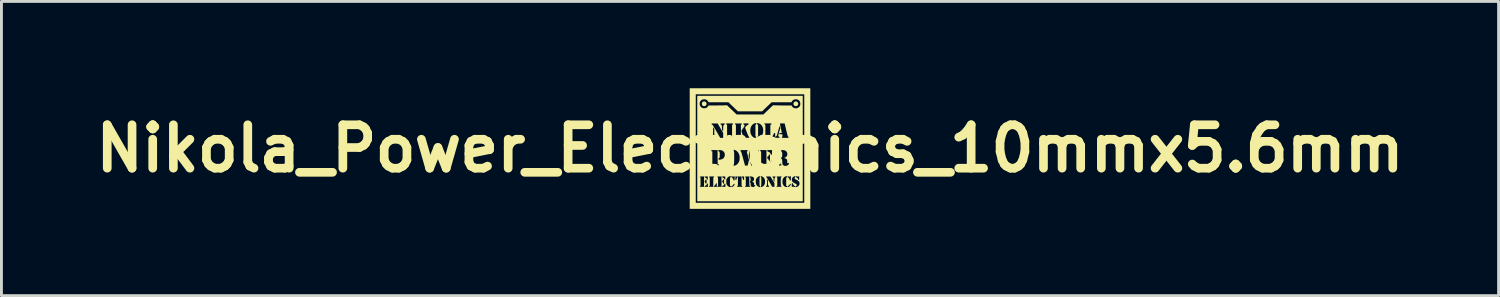
<source format=kicad_pcb>
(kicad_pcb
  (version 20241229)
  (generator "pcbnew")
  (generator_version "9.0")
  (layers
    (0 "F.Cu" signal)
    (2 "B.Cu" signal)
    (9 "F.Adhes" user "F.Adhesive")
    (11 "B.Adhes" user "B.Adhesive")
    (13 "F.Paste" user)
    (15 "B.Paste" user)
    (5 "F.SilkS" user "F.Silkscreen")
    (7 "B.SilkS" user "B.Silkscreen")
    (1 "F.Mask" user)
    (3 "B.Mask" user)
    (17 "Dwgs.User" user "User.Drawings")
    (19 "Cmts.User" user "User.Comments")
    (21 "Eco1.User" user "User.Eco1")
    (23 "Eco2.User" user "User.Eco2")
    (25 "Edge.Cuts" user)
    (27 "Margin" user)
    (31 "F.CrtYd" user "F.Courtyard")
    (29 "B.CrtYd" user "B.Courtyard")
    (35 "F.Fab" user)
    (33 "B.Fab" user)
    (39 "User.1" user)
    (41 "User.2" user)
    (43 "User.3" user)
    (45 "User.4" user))
  (footprint "Nikola_Power_Electronics_10mmx5.6mm"
    (layer "F.Cu")
    (at 22.871 2.084)
    (property "Reference" "Nikola_Power_Electronics_10mmx5.6mm" (at 0 0 0) (layer "F.SilkS") (effects (font (size 1.5 1.5) (thickness 0.3))))
    (attr board_only exclude_from_pos_files exclude_from_bom)
    (fp_poly (pts (xy 2.084 0) (xy 2.084 2.084) (xy 0 2.084) (xy -2.084 2.084) (xy -2.084 0) (xy -2.084 -1.875) (xy -1.875 -1.875) (xy -1.875 0) (xy -1.875 1.875) (xy 0 1.875) (xy 1.875 1.875) (xy 1.875 0) (xy 1.875 -1.875) (xy 0 -1.875) (xy -1.875 -1.875) (xy -2.084 -1.875) (xy -2.084 -2.084) (xy 0 -2.084) (xy 2.084 -2.084)) (stroke (width 0) (type solid)) (fill yes) (layer "F.SilkS"))
    (fp_poly (pts (xy -1.557 -1.625) (xy -1.535 -1.613) (xy -1.517 -1.595) (xy -1.505 -1.571) (xy -1.502 -1.556) (xy -1.503 -1.529) (xy -1.513 -1.505) (xy -1.53 -1.486) (xy -1.551 -1.472) (xy -1.575 -1.465) (xy -1.601 -1.466) (xy -1.619 -1.472) (xy -1.642 -1.489) (xy -1.658 -1.511) (xy -1.665 -1.536) (xy -1.664 -1.562) (xy -1.655 -1.587) (xy -1.638 -1.609) (xy -1.632 -1.613) (xy -1.608 -1.626) (xy -1.583 -1.629)) (stroke (width 0) (type solid)) (fill yes) (layer "F.SilkS"))
    (fp_poly (pts (xy 1.61 -1.625) (xy 1.632 -1.613) (xy 1.651 -1.595) (xy 1.662 -1.571) (xy 1.666 -1.556) (xy 1.664 -1.529) (xy 1.654 -1.505) (xy 1.637 -1.486) (xy 1.616 -1.472) (xy 1.592 -1.465) (xy 1.566 -1.466) (xy 1.548 -1.472) (xy 1.525 -1.489) (xy 1.51 -1.511) (xy 1.502 -1.536) (xy 1.503 -1.562) (xy 1.512 -1.587) (xy 1.53 -1.609) (xy 1.535 -1.613) (xy 1.559 -1.626) (xy 1.585 -1.629)) (stroke (width 0) (type solid)) (fill yes) (layer "F.SilkS"))
    (fp_poly (pts (xy 1.823 0) (xy 1.823 1.823) (xy 0 1.823) (xy -1.823 1.823) (xy -1.823 1.31) (xy -1.735 1.31) (xy -1.731 1.32) (xy -1.725 1.321) (xy -1.71 1.322) (xy -1.689 1.323) (xy -1.664 1.323) (xy -1.658 1.323) (xy -1.589 1.323) (xy -1.568 1.323) (xy -1.51 1.323) (xy -1.453 1.323) (xy -1.453 1.31) (xy -1.417 1.31) (xy -1.413 1.32) (xy -1.407 1.321) (xy -1.393 1.322) (xy -1.372 1.323) (xy -1.346 1.323) (xy -1.341 1.323) (xy -1.271 1.323) (xy -1.25 1.323) (xy -1.198 1.323) (xy -1.146 1.323) (xy -1.146 1.31) (xy -1.131 1.31) (xy -1.127 1.32) (xy -1.121 1.321) (xy -1.106 1.322) (xy -1.085 1.323) (xy -1.06 1.323) (xy -1.054 1.323) (xy -0.985 1.323) (xy -0.964 1.323) (xy -0.906 1.323) (xy -0.849 1.323) (xy -0.85 1.267) (xy -0.851 1.242) (xy -0.852 1.226) (xy -0.854 1.217) (xy -0.857 1.212) (xy -0.861 1.21) (xy -0.863 1.209) (xy -0.872 1.21) (xy -0.878 1.217) (xy -0.885 1.23) (xy -0.898 1.252) (xy -0.916 1.271) (xy -0.935 1.285) (xy -0.948 1.289) (xy -0.959 1.293) (xy -0.963 1.301) (xy -0.964 1.308) (xy -0.964 1.323) (xy -0.985 1.323) (xy -0.985 1.143) (xy -0.964 1.143) (xy -0.958 1.158) (xy -0.951 1.164) (xy -0.94 1.175) (xy -0.933 1.192) (xy -0.932 1.193) (xy -0.928 1.207) (xy -0.921 1.213) (xy -0.915 1.214) (xy -0.903 1.21) (xy -0.899 1.202) (xy -0.898 1.191) (xy -0.897 1.173) (xy -0.896 1.151) (xy -0.896 1.147) (xy -0.82 1.147) (xy -0.82 1.174) (xy -0.82 1.194) (xy -0.818 1.208) (xy -0.815 1.22) (xy -0.81 1.232) (xy -0.803 1.247) (xy -0.802 1.248) (xy -0.782 1.279) (xy -0.759 1.303) (xy -0.73 1.319) (xy -0.718 1.324) (xy -0.694 1.331) (xy -0.677 1.332) (xy -0.667 1.327) (xy -0.663 1.316) (xy -0.663 1.316) (xy -0.646 1.316) (xy -0.645 1.328) (xy -0.642 1.332) (xy -0.632 1.331) (xy -0.629 1.331) (xy -0.614 1.326) (xy -0.596 1.318) (xy -0.59 1.315) (xy -0.581 1.308) (xy -0.448 1.308) (xy -0.446 1.315) (xy -0.444 1.318) (xy -0.438 1.32) (xy -0.427 1.322) (xy -0.411 1.322) (xy -0.387 1.322) (xy -0.354 1.322) (xy -0.353 1.322) (xy -0.32 1.321) (xy -0.297 1.321) (xy -0.281 1.32) (xy -0.271 1.318) (xy -0.266 1.316) (xy -0.263 1.313) (xy -0.263 1.31) (xy -0.172 1.31) (xy -0.168 1.32) (xy -0.162 1.321) (xy -0.148 1.322) (xy -0.126 1.323) (xy -0.1 1.323) (xy -0.08 1.323) (xy -0.049 1.323) (xy -0.026 1.323) (xy -0.01 1.322) (xy -0.000357 1.32) (xy 0.005 1.318) (xy 0.007 1.315) (xy 0.007 1.314) (xy 0.008 1.305) (xy 0.001 1.297) (xy -0.011 1.29) (xy -0.023 1.284) (xy -0.025 1.124) (xy -0.026 0.964) (xy -0.01 0.964) (xy -0.01 0.978) (xy -0.007 0.991) (xy 0.005 1.001) (xy 0.005 1.001) (xy 0.021 1.01) (xy 0.021 1.065) (xy 0.021 1.089) (xy 0.02 1.106) (xy 0.018 1.116) (xy 0.015 1.122) (xy 0.01 1.127) (xy 0.008 1.128) (xy -0.003 1.14) (xy -0.005 1.15) (xy -0.001 1.163) (xy 0.008 1.173) (xy 0.014 1.179) (xy 0.018 1.186) (xy 0.02 1.197) (xy 0.021 1.215) (xy 0.021 1.226) (xy 0.023 1.258) (xy 0.027 1.282) (xy 0.035 1.3) (xy 0.047 1.313) (xy 0.052 1.317) (xy 0.064 1.324) (xy 0.076 1.327) (xy 0.093 1.328) (xy 0.104 1.327) (xy 0.13 1.324) (xy 0.148 1.318) (xy 0.152 1.315) (xy 0.166 1.302) (xy 0.176 1.287) (xy 0.181 1.274) (xy 0.18 1.268) (xy 0.175 1.262) (xy 0.163 1.262) (xy 0.159 1.262) (xy 0.141 1.265) (xy 0.141 1.229) (xy 0.14 1.209) (xy 0.138 1.195) (xy 0.133 1.185) (xy 0.128 1.178) (xy 0.114 1.166) (xy 0.097 1.156) (xy 0.093 1.154) (xy 0.072 1.146) (xy 0.094 1.134) (xy 0.101 1.13) (xy 0.199 1.13) (xy 0.2 1.18) (xy 0.21 1.223) (xy 0.227 1.26) (xy 0.251 1.29) (xy 0.283 1.313) (xy 0.308 1.324) (xy 0.328 1.33) (xy 0.34 1.333) (xy 0.347 1.331) (xy 0.349 1.324) (xy 0.349 1.318) (xy 0.37 1.318) (xy 0.371 1.329) (xy 0.375 1.333) (xy 0.386 1.331) (xy 0.387 1.331) (xy 0.403 1.326) (xy 0.421 1.32) (xy 0.425 1.318) (xy 0.435 1.312) (xy 0.552 1.312) (xy 0.556 1.32) (xy 0.562 1.321) (xy 0.577 1.322) (xy 0.597 1.322) (xy 0.609 1.322) (xy 0.632 1.321) (xy 0.647 1.32) (xy 0.655 1.318) (xy 0.659 1.314) (xy 0.66 1.31) (xy 0.657 1.299) (xy 0.646 1.29) (xy 0.637 1.283) (xy 0.63 1.273) (xy 0.625 1.258) (xy 0.622 1.238) (xy 0.62 1.21) (xy 0.62 1.173) (xy 0.62 1.17) (xy 0.62 1.141) (xy 0.619 1.12) (xy 0.618 1.105) (xy 0.615 1.094) (xy 0.612 1.084) (xy 0.608 1.078) (xy 0.6 1.066) (xy 0.594 1.058) (xy 0.593 1.058) (xy 0.591 1.062) (xy 0.59 1.076) (xy 0.589 1.097) (xy 0.589 1.124) (xy 0.589 1.155) (xy 0.589 1.159) (xy 0.588 1.198) (xy 0.588 1.228) (xy 0.586 1.25) (xy 0.584 1.266) (xy 0.58 1.278) (xy 0.574 1.285) (xy 0.567 1.291) (xy 0.565 1.292) (xy 0.555 1.301) (xy 0.552 1.312) (xy 0.435 1.312) (xy 0.459 1.298) (xy 0.486 1.271) (xy 0.505 1.236) (xy 0.516 1.195) (xy 0.52 1.147) (xy 0.52 1.131) (xy 0.518 1.103) (xy 0.515 1.082) (xy 0.51 1.064) (xy 0.505 1.052) (xy 0.483 1.015) (xy 0.455 0.987) (xy 0.441 0.978) (xy 0.553 0.978) (xy 0.555 0.989) (xy 0.564 0.995) (xy 0.569 0.996) (xy 0.573 0.999) (xy 0.577 1.003) (xy 0.583 1.009) (xy 0.59 1.019) (xy 0.598 1.033) (xy 0.61 1.052) (xy 0.625 1.076) (xy 0.643 1.108) (xy 0.666 1.147) (xy 0.683 1.176) (xy 0.768 1.323) (xy 0.806 1.323) (xy 0.844 1.323) (xy 0.844 1.31) (xy 0.917 1.31) (xy 0.92 1.32) (xy 0.926 1.321) (xy 0.941 1.322) (xy 0.963 1.323) (xy 0.989 1.323) (xy 1.006 1.323) (xy 1.089 1.323) (xy 1.089 1.31) (xy 1.085 1.298) (xy 1.08 1.293) (xy 1.07 1.288) (xy 1.067 1.284) (xy 1.066 1.278) (xy 1.065 1.262) (xy 1.064 1.239) (xy 1.063 1.21) (xy 1.063 1.176) (xy 1.063 1.147) (xy 1.123 1.147) (xy 1.123 1.174) (xy 1.123 1.194) (xy 1.125 1.208) (xy 1.128 1.22) (xy 1.133 1.232) (xy 1.14 1.247) (xy 1.141 1.248) (xy 1.161 1.279) (xy 1.184 1.303) (xy 1.213 1.319) (xy 1.225 1.324) (xy 1.25 1.331) (xy 1.266 1.332) (xy 1.276 1.327) (xy 1.28 1.316) (xy 1.28 1.316) (xy 1.297 1.316) (xy 1.298 1.328) (xy 1.301 1.332) (xy 1.311 1.331) (xy 1.314 1.331) (xy 1.329 1.326) (xy 1.347 1.318) (xy 1.353 1.315) (xy 1.371 1.302) (xy 1.387 1.285) (xy 1.399 1.268) (xy 1.404 1.258) (xy 1.443 1.258) (xy 1.443 1.28) (xy 1.444 1.299) (xy 1.445 1.312) (xy 1.446 1.315) (xy 1.453 1.321) (xy 1.466 1.323) (xy 1.478 1.319) (xy 1.479 1.319) (xy 1.488 1.318) (xy 1.504 1.32) (xy 1.515 1.324) (xy 1.536 1.33) (xy 1.548 1.332) (xy 1.555 1.331) (xy 1.557 1.325) (xy 1.558 1.316) (xy 1.556 1.303) (xy 1.549 1.295) (xy 1.542 1.292) (xy 1.521 1.278) (xy 1.502 1.256) (xy 1.486 1.226) (xy 1.484 1.222) (xy 1.476 1.205) (xy 1.47 1.196) (xy 1.462 1.193) (xy 1.461 1.193) (xy 1.453 1.194) (xy 1.448 1.199) (xy 1.445 1.208) (xy 1.444 1.225) (xy 1.443 1.249) (xy 1.443 1.258) (xy 1.404 1.258) (xy 1.407 1.251) (xy 1.41 1.237) (xy 1.408 1.225) (xy 1.399 1.219) (xy 1.394 1.219) (xy 1.384 1.222) (xy 1.376 1.232) (xy 1.372 1.24) (xy 1.355 1.266) (xy 1.331 1.285) (xy 1.315 1.292) (xy 1.303 1.297) (xy 1.298 1.304) (xy 1.297 1.316) (xy 1.28 1.316) (xy 1.28 1.315) (xy 1.279 1.303) (xy 1.272 1.295) (xy 1.266 1.291) (xy 1.25 1.282) (xy 1.25 1.146) (xy 1.25 1.105) (xy 1.25 1.073) (xy 1.251 1.049) (xy 1.252 1.031) (xy 1.253 1.019) (xy 1.254 1.011) (xy 1.257 1.005) (xy 1.259 1.001) (xy 1.261 1) (xy 1.27 0.993) (xy 1.277 0.99) (xy 1.28 0.985) (xy 1.281 0.974) (xy 1.28 0.973) (xy 1.28 0.972) (xy 1.297 0.972) (xy 1.299 0.986) (xy 1.305 0.993) (xy 1.309 0.995) (xy 1.324 1.004) (xy 1.339 1.02) (xy 1.354 1.041) (xy 1.365 1.062) (xy 1.368 1.07) (xy 1.373 1.086) (xy 1.377 1.097) (xy 1.379 1.1) (xy 1.386 1.104) (xy 1.397 1.103) (xy 1.405 1.098) (xy 1.408 1.091) (xy 1.41 1.076) (xy 1.446 1.076) (xy 1.451 1.111) (xy 1.465 1.141) (xy 1.482 1.162) (xy 1.492 1.169) (xy 1.509 1.18) (xy 1.531 1.192) (xy 1.548 1.201) (xy 1.578 1.216) (xy 1.599 1.23) (xy 1.612 1.242) (xy 1.618 1.254) (xy 1.617 1.267) (xy 1.617 1.268) (xy 1.61 1.281) (xy 1.595 1.291) (xy 1.593 1.291) (xy 1.58 1.298) (xy 1.575 1.305) (xy 1.573 1.317) (xy 1.573 1.334) (xy 1.595 1.331) (xy 1.613 1.327) (xy 1.634 1.319) (xy 1.645 1.315) (xy 1.673 1.295) (xy 1.695 1.27) (xy 1.708 1.24) (xy 1.713 1.207) (xy 1.708 1.173) (xy 1.708 1.171) (xy 1.697 1.147) (xy 1.68 1.126) (xy 1.654 1.107) (xy 1.62 1.087) (xy 1.616 1.086) (xy 1.587 1.071) (xy 1.566 1.06) (xy 1.553 1.049) (xy 1.545 1.039) (xy 1.542 1.029) (xy 1.542 1.022) (xy 1.544 1.008) (xy 1.553 0.999) (xy 1.558 0.996) (xy 1.569 0.987) (xy 1.573 0.975) (xy 1.573 0.974) (xy 1.589 0.974) (xy 1.591 0.986) (xy 1.6 0.993) (xy 1.601 0.993) (xy 1.624 1.004) (xy 1.643 1.024) (xy 1.657 1.051) (xy 1.666 1.068) (xy 1.673 1.078) (xy 1.68 1.083) (xy 1.685 1.084) (xy 1.698 1.084) (xy 1.698 1.021) (xy 1.698 0.995) (xy 1.698 0.977) (xy 1.697 0.966) (xy 1.694 0.961) (xy 1.691 0.959) (xy 1.686 0.958) (xy 1.673 0.961) (xy 1.667 0.966) (xy 1.662 0.97) (xy 1.654 0.97) (xy 1.641 0.966) (xy 1.64 0.966) (xy 1.623 0.961) (xy 1.607 0.959) (xy 1.604 0.958) (xy 1.593 0.96) (xy 1.589 0.966) (xy 1.589 0.974) (xy 1.573 0.974) (xy 1.573 0.97) (xy 1.573 0.959) (xy 1.569 0.955) (xy 1.559 0.955) (xy 1.554 0.956) (xy 1.517 0.967) (xy 1.487 0.985) (xy 1.465 1.009) (xy 1.451 1.039) (xy 1.446 1.074) (xy 1.446 1.076) (xy 1.41 1.076) (xy 1.41 1.076) (xy 1.411 1.055) (xy 1.412 1.032) (xy 1.412 1.008) (xy 1.411 0.987) (xy 1.41 0.97) (xy 1.409 0.962) (xy 1.401 0.954) (xy 1.391 0.954) (xy 1.381 0.959) (xy 1.378 0.964) (xy 1.374 0.97) (xy 1.368 0.973) (xy 1.356 0.972) (xy 1.338 0.967) (xy 1.322 0.962) (xy 1.297 0.954) (xy 1.297 0.972) (xy 1.28 0.972) (xy 1.278 0.961) (xy 1.271 0.956) (xy 1.261 0.954) (xy 1.242 0.956) (xy 1.219 0.965) (xy 1.195 0.979) (xy 1.175 0.996) (xy 1.169 1.001) (xy 1.156 1.018) (xy 1.143 1.039) (xy 1.136 1.052) (xy 1.13 1.065) (xy 1.127 1.077) (xy 1.124 1.09) (xy 1.123 1.108) (xy 1.123 1.132) (xy 1.123 1.147) (xy 1.063 1.147) (xy 1.063 1.143) (xy 1.063 1.107) (xy 1.063 1.073) (xy 1.064 1.045) (xy 1.065 1.022) (xy 1.066 1.008) (xy 1.067 1.002) (xy 1.075 0.996) (xy 1.08 0.993) (xy 1.087 0.986) (xy 1.089 0.977) (xy 1.089 0.963) (xy 1.004 0.965) (xy 0.973 0.965) (xy 0.95 0.966) (xy 0.935 0.967) (xy 0.926 0.969) (xy 0.921 0.971) (xy 0.919 0.974) (xy 0.918 0.978) (xy 0.92 0.988) (xy 0.929 0.995) (xy 0.943 1) (xy 0.943 1.143) (xy 0.943 1.287) (xy 0.93 1.292) (xy 0.92 1.3) (xy 0.917 1.31) (xy 0.844 1.31) (xy 0.844 1.263) (xy 0.844 1.203) (xy 0.775 1.083) (xy 0.712 0.974) (xy 0.776 0.974) (xy 0.78 0.984) (xy 0.789 0.997) (xy 0.794 1.002) (xy 0.813 1.02) (xy 0.813 1.068) (xy 0.813 1.092) (xy 0.814 1.109) (xy 0.818 1.123) (xy 0.824 1.136) (xy 0.827 1.142) (xy 0.841 1.169) (xy 0.844 1.096) (xy 0.845 1.068) (xy 0.847 1.043) (xy 0.85 1.025) (xy 0.852 1.014) (xy 0.853 1.013) (xy 0.862 1.003) (xy 0.872 0.995) (xy 0.883 0.986) (xy 0.884 0.977) (xy 0.883 0.972) (xy 0.879 0.969) (xy 0.871 0.967) (xy 0.856 0.966) (xy 0.832 0.965) (xy 0.83 0.965) (xy 0.806 0.964) (xy 0.79 0.964) (xy 0.781 0.966) (xy 0.777 0.968) (xy 0.776 0.972) (xy 0.776 0.974) (xy 0.712 0.974) (xy 0.706 0.964) (xy 0.63 0.965) (xy 0.601 0.966) (xy 0.58 0.966) (xy 0.567 0.967) (xy 0.559 0.969) (xy 0.555 0.972) (xy 0.553 0.976) (xy 0.553 0.978) (xy 0.441 0.978) (xy 0.423 0.967) (xy 0.389 0.956) (xy 0.377 0.955) (xy 0.371 0.957) (xy 0.37 0.965) (xy 0.37 0.97) (xy 0.373 0.986) (xy 0.38 0.994) (xy 0.383 0.996) (xy 0.386 1) (xy 0.388 1.006) (xy 0.389 1.015) (xy 0.39 1.03) (xy 0.39 1.05) (xy 0.391 1.078) (xy 0.391 1.114) (xy 0.391 1.141) (xy 0.391 1.183) (xy 0.39 1.216) (xy 0.39 1.241) (xy 0.389 1.259) (xy 0.388 1.272) (xy 0.387 1.28) (xy 0.385 1.286) (xy 0.382 1.29) (xy 0.38 1.292) (xy 0.372 1.305) (xy 0.37 1.318) (xy 0.349 1.318) (xy 0.349 1.317) (xy 0.345 1.3) (xy 0.339 1.293) (xy 0.336 1.291) (xy 0.333 1.287) (xy 0.331 1.281) (xy 0.33 1.272) (xy 0.329 1.258) (xy 0.329 1.237) (xy 0.328 1.21) (xy 0.328 1.174) (xy 0.328 1.143) (xy 0.328 1.101) (xy 0.328 1.068) (xy 0.329 1.043) (xy 0.329 1.024) (xy 0.33 1.012) (xy 0.332 1.003) (xy 0.334 0.998) (xy 0.336 0.995) (xy 0.339 0.994) (xy 0.347 0.983) (xy 0.349 0.97) (xy 0.348 0.959) (xy 0.345 0.955) (xy 0.335 0.955) (xy 0.329 0.956) (xy 0.293 0.968) (xy 0.261 0.989) (xy 0.234 1.019) (xy 0.214 1.052) (xy 0.207 1.071) (xy 0.202 1.091) (xy 0.2 1.115) (xy 0.199 1.13) (xy 0.101 1.13) (xy 0.118 1.117) (xy 0.134 1.096) (xy 0.14 1.069) (xy 0.141 1.058) (xy 0.138 1.028) (xy 0.128 1.006) (xy 0.11 0.988) (xy 0.094 0.978) (xy 0.076 0.97) (xy 0.06 0.966) (xy 0.04 0.964) (xy 0.028 0.964) (xy -0.01 0.964) (xy -0.026 0.964) (xy -0.026 0.963) (xy -0.098 0.965) (xy -0.126 0.966) (xy -0.146 0.966) (xy -0.159 0.967) (xy -0.166 0.969) (xy -0.169 0.972) (xy -0.171 0.977) (xy -0.171 0.978) (xy -0.169 0.988) (xy -0.159 0.995) (xy -0.146 1) (xy -0.146 1.143) (xy -0.146 1.287) (xy -0.159 1.292) (xy -0.169 1.3) (xy -0.172 1.31) (xy -0.263 1.31) (xy -0.263 1.31) (xy -0.268 1.3) (xy -0.277 1.293) (xy -0.292 1.286) (xy -0.292 1.125) (xy -0.292 0.964) (xy -0.276 0.964) (xy -0.276 0.981) (xy -0.271 1) (xy -0.264 1.01) (xy -0.253 1.023) (xy -0.248 1.036) (xy -0.242 1.06) (xy -0.237 1.075) (xy -0.234 1.084) (xy -0.229 1.088) (xy -0.224 1.088) (xy -0.22 1.088) (xy -0.206 1.086) (xy -0.204 1.025) (xy -0.203 0.964) (xy -0.239 0.964) (xy -0.276 0.964) (xy -0.292 0.964) (xy -0.354 0.964) (xy -0.417 0.964) (xy -0.418 1.126) (xy -0.419 1.289) (xy -0.431 1.291) (xy -0.444 1.297) (xy -0.448 1.308) (xy -0.581 1.308) (xy -0.572 1.302) (xy -0.556 1.285) (xy -0.544 1.268) (xy -0.536 1.251) (xy -0.533 1.237) (xy -0.535 1.225) (xy -0.544 1.219) (xy -0.549 1.219) (xy -0.559 1.222) (xy -0.567 1.232) (xy -0.571 1.24) (xy -0.588 1.266) (xy -0.612 1.285) (xy -0.628 1.292) (xy -0.64 1.297) (xy -0.645 1.304) (xy -0.646 1.316) (xy -0.663 1.316) (xy -0.663 1.315) (xy -0.664 1.303) (xy -0.671 1.295) (xy -0.677 1.291) (xy -0.693 1.282) (xy -0.693 1.146) (xy -0.693 1.105) (xy -0.693 1.073) (xy -0.692 1.049) (xy -0.691 1.031) (xy -0.69 1.019) (xy -0.689 1.011) (xy -0.687 1.005) (xy -0.684 1.001) (xy -0.682 1) (xy -0.673 0.993) (xy -0.666 0.99) (xy -0.663 0.985) (xy -0.662 0.974) (xy -0.663 0.973) (xy -0.663 0.972) (xy -0.646 0.972) (xy -0.644 0.986) (xy -0.638 0.993) (xy -0.634 0.995) (xy -0.619 1.004) (xy -0.604 1.02) (xy -0.589 1.041) (xy -0.578 1.062) (xy -0.575 1.07) (xy -0.57 1.086) (xy -0.566 1.097) (xy -0.564 1.1) (xy -0.557 1.104) (xy -0.546 1.103) (xy -0.538 1.098) (xy -0.535 1.091) (xy -0.533 1.076) (xy -0.532 1.055) (xy -0.531 1.032) (xy -0.531 1.008) (xy -0.532 0.987) (xy -0.533 0.97) (xy -0.534 0.964) (xy -0.505 0.964) (xy -0.505 1.023) (xy -0.505 1.047) (xy -0.504 1.066) (xy -0.503 1.08) (xy -0.502 1.085) (xy -0.492 1.089) (xy -0.481 1.086) (xy -0.475 1.082) (xy -0.471 1.073) (xy -0.467 1.059) (xy -0.467 1.054) (xy -0.462 1.038) (xy -0.455 1.021) (xy -0.447 1.008) (xy -0.44 1.001) (xy -0.438 1) (xy -0.434 0.996) (xy -0.432 0.984) (xy -0.432 0.982) (xy -0.432 0.964) (xy -0.469 0.964) (xy -0.505 0.964) (xy -0.534 0.964) (xy -0.534 0.962) (xy -0.542 0.954) (xy -0.552 0.954) (xy -0.562 0.959) (xy -0.565 0.964) (xy -0.569 0.97) (xy -0.575 0.973) (xy -0.587 0.972) (xy -0.605 0.967) (xy -0.621 0.962) (xy -0.646 0.954) (xy -0.646 0.972) (xy -0.663 0.972) (xy -0.665 0.961) (xy -0.672 0.956) (xy -0.682 0.954) (xy -0.701 0.956) (xy -0.724 0.965) (xy -0.748 0.979) (xy -0.768 0.996) (xy -0.774 1.001) (xy -0.787 1.018) (xy -0.8 1.039) (xy -0.807 1.052) (xy -0.813 1.065) (xy -0.816 1.077) (xy -0.819 1.09) (xy -0.82 1.108) (xy -0.82 1.132) (xy -0.82 1.147) (xy -0.896 1.147) (xy -0.896 1.128) (xy -0.897 1.106) (xy -0.897 1.088) (xy -0.899 1.077) (xy -0.899 1.076) (xy -0.906 1.07) (xy -0.914 1.068) (xy -0.924 1.071) (xy -0.93 1.081) (xy -0.932 1.086) (xy -0.94 1.101) (xy -0.951 1.114) (xy -0.951 1.114) (xy -0.962 1.128) (xy -0.964 1.143) (xy -0.985 1.143) (xy -0.985 1.143) (xy -0.985 0.964) (xy -0.964 0.964) (xy -0.963 0.98) (xy -0.96 0.991) (xy -0.952 0.998) (xy -0.941 1.003) (xy -0.916 1.016) (xy -0.897 1.036) (xy -0.888 1.053) (xy -0.88 1.067) (xy -0.871 1.073) (xy -0.867 1.073) (xy -0.861 1.073) (xy -0.858 1.07) (xy -0.856 1.064) (xy -0.855 1.052) (xy -0.854 1.033) (xy -0.854 1.018) (xy -0.854 0.964) (xy -0.909 0.964) (xy -0.964 0.964) (xy -0.985 0.964) (xy -0.985 0.963) (xy -1.056 0.965) (xy -1.085 0.966) (xy -1.104 0.966) (xy -1.117 0.967) (xy -1.124 0.969) (xy -1.128 0.972) (xy -1.129 0.977) (xy -1.129 0.978) (xy -1.128 0.988) (xy -1.118 0.995) (xy -1.104 1) (xy -1.104 1.143) (xy -1.104 1.287) (xy -1.117 1.292) (xy -1.127 1.3) (xy -1.131 1.31) (xy -1.146 1.31) (xy -1.147 1.262) (xy -1.148 1.236) (xy -1.149 1.218) (xy -1.15 1.208) (xy -1.153 1.202) (xy -1.157 1.2) (xy -1.16 1.199) (xy -1.167 1.2) (xy -1.173 1.205) (xy -1.18 1.217) (xy -1.187 1.23) (xy -1.203 1.259) (xy -1.219 1.278) (xy -1.238 1.289) (xy -1.238 1.289) (xy -1.248 1.295) (xy -1.25 1.307) (xy -1.25 1.308) (xy -1.25 1.323) (xy -1.271 1.323) (xy -1.27 1.163) (xy -1.268 1.003) (xy -1.256 0.997) (xy -1.242 0.988) (xy -1.237 0.98) (xy -1.238 0.972) (xy -1.24 0.969) (xy -1.245 0.967) (xy -1.253 0.965) (xy -1.268 0.965) (xy -1.289 0.964) (xy -1.319 0.965) (xy -1.328 0.965) (xy -1.359 0.965) (xy -1.382 0.966) (xy -1.398 0.967) (xy -1.408 0.968) (xy -1.413 0.971) (xy -1.415 0.974) (xy -1.416 0.978) (xy -1.414 0.988) (xy -1.404 0.995) (xy -1.391 1) (xy -1.391 1.143) (xy -1.391 1.287) (xy -1.404 1.292) (xy -1.414 1.3) (xy -1.417 1.31) (xy -1.453 1.31) (xy -1.454 1.267) (xy -1.455 1.242) (xy -1.456 1.226) (xy -1.458 1.217) (xy -1.461 1.212) (xy -1.465 1.21) (xy -1.468 1.209) (xy -1.476 1.21) (xy -1.483 1.217) (xy -1.489 1.23) (xy -1.502 1.252) (xy -1.52 1.271) (xy -1.54 1.285) (xy -1.552 1.289) (xy -1.563 1.293) (xy -1.568 1.301) (xy -1.568 1.308) (xy -1.568 1.323) (xy -1.589 1.323) (xy -1.589 1.143) (xy -1.568 1.143) (xy -1.562 1.158) (xy -1.555 1.164) (xy -1.545 1.175) (xy -1.537 1.192) (xy -1.537 1.193) (xy -1.532 1.207) (xy -1.525 1.213) (xy -1.519 1.214) (xy -1.508 1.21) (xy -1.504 1.202) (xy -1.502 1.191) (xy -1.501 1.173) (xy -1.5 1.151) (xy -1.5 1.128) (xy -1.501 1.106) (xy -1.502 1.088) (xy -1.503 1.077) (xy -1.503 1.076) (xy -1.511 1.07) (xy -1.519 1.068) (xy -1.528 1.071) (xy -1.535 1.081) (xy -1.537 1.086) (xy -1.544 1.101) (xy -1.555 1.114) (xy -1.555 1.114) (xy -1.566 1.128) (xy -1.568 1.143) (xy -1.589 1.143) (xy -1.589 1.143) (xy -1.589 0.964) (xy -1.569 0.964) (xy -1.567 0.98) (xy -1.564 0.991) (xy -1.557 0.998) (xy -1.545 1.003) (xy -1.52 1.016) (xy -1.501 1.036) (xy -1.492 1.053) (xy -1.484 1.067) (xy -1.476 1.073) (xy -1.471 1.073) (xy -1.465 1.073) (xy -1.462 1.07) (xy -1.46 1.064) (xy -1.459 1.052) (xy -1.459 1.033) (xy -1.459 1.018) (xy -1.459 0.964) (xy -1.514 0.964) (xy -1.569 0.964) (xy -1.589 0.964) (xy -1.589 0.963) (xy -1.66 0.965) (xy -1.689 0.966) (xy -1.709 0.966) (xy -1.721 0.967) (xy -1.729 0.969) (xy -1.732 0.972) (xy -1.734 0.977) (xy -1.734 0.978) (xy -1.732 0.988) (xy -1.722 0.995) (xy -1.709 1) (xy -1.709 1.143) (xy -1.709 1.287) (xy -1.722 1.292) (xy -1.731 1.3) (xy -1.735 1.31) (xy -1.823 1.31) (xy -1.823 0.566) (xy -1.339 0.566) (xy -1.336 0.579) (xy -1.333 0.582) (xy -1.325 0.585) (xy -1.309 0.587) (xy -1.286 0.588) (xy -1.259 0.589) (xy -1.228 0.589) (xy -1.196 0.589) (xy -1.165 0.589) (xy -1.136 0.588) (xy -1.111 0.586) (xy -1.092 0.584) (xy -1.081 0.582) (xy -1.079 0.581) (xy -1.073 0.568) (xy -1.077 0.555) (xy -1.088 0.546) (xy -1.091 0.544) (xy -1.105 0.539) (xy -1.113 0.535) (xy -1.115 0.532) (xy -1.116 0.524) (xy -1.117 0.51) (xy -1.118 0.49) (xy -1.119 0.463) (xy -1.119 0.429) (xy -1.12 0.386) (xy -1.12 0.333) (xy -1.12 0.291) (xy -1.12 0.052) (xy -1.223 0.052) (xy -1.261 0.052) (xy -1.289 0.053) (xy -1.31 0.054) (xy -1.324 0.056) (xy -1.332 0.059) (xy -1.337 0.064) (xy -1.339 0.071) (xy -1.339 0.077) (xy -1.336 0.087) (xy -1.325 0.095) (xy -1.321 0.097) (xy -1.302 0.104) (xy -1.302 0.32) (xy -1.302 0.536) (xy -1.321 0.544) (xy -1.334 0.554) (xy -1.339 0.566) (xy -1.823 0.566) (xy -1.823 0.051) (xy -1.094 0.051) (xy -1.094 0.072) (xy -1.093 0.086) (xy -1.089 0.094) (xy -1.078 0.1) (xy -1.076 0.101) (xy -1.063 0.109) (xy -1.053 0.118) (xy -1.053 0.119) (xy -1.051 0.128) (xy -1.049 0.146) (xy -1.048 0.169) (xy -1.047 0.197) (xy -1.047 0.225) (xy -1.048 0.253) (xy -1.049 0.278) (xy -1.05 0.298) (xy -1.052 0.311) (xy -1.053 0.311) (xy -1.063 0.327) (xy -1.073 0.334) (xy -1.083 0.339) (xy -1.087 0.346) (xy -1.089 0.359) (xy -1.089 0.363) (xy -1.089 0.387) (xy -1.046 0.384) (xy -1.02 0.381) (xy -0.995 0.376) (xy -0.974 0.371) (xy -0.973 0.37) (xy -0.937 0.351) (xy -0.908 0.326) (xy -0.902 0.316) (xy -0.838 0.316) (xy -0.837 0.339) (xy -0.836 0.37) (xy -0.833 0.394) (xy -0.83 0.413) (xy -0.824 0.432) (xy -0.822 0.44) (xy -0.801 0.484) (xy -0.774 0.522) (xy -0.743 0.552) (xy -0.741 0.554) (xy -0.718 0.569) (xy -0.691 0.582) (xy -0.664 0.592) (xy -0.64 0.598) (xy -0.632 0.599) (xy -0.621 0.598) (xy -0.616 0.595) (xy -0.615 0.585) (xy -0.615 0.576) (xy -0.616 0.561) (xy -0.62 0.553) (xy -0.628 0.548) (xy -0.639 0.539) (xy -0.644 0.528) (xy -0.645 0.519) (xy -0.646 0.502) (xy -0.647 0.476) (xy -0.648 0.444) (xy -0.648 0.406) (xy -0.648 0.365) (xy -0.649 0.32) (xy -0.649 0.313) (xy -0.649 0.114) (xy -0.632 0.099) (xy -0.62 0.086) (xy -0.615 0.074) (xy -0.615 0.062) (xy -0.615 0.04) (xy -0.64 0.043) (xy -0.676 0.051) (xy -0.713 0.068) (xy -0.747 0.092) (xy -0.777 0.122) (xy -0.801 0.157) (xy -0.807 0.168) (xy -0.822 0.203) (xy -0.831 0.237) (xy -0.836 0.274) (xy -0.838 0.316) (xy -0.902 0.316) (xy -0.888 0.294) (xy -0.875 0.255) (xy -0.872 0.23) (xy -0.872 0.187) (xy -0.882 0.149) (xy -0.901 0.117) (xy -0.928 0.09) (xy -0.955 0.073) (xy -0.972 0.065) (xy -0.987 0.059) (xy -1.004 0.056) (xy -1.025 0.054) (xy -1.042 0.053) (xy -1.094 0.051) (xy -1.823 0.051) (xy -1.823 0.04) (xy -0.583 0.04) (xy -0.583 0.064) (xy -0.583 0.08) (xy -0.579 0.088) (xy -0.573 0.091) (xy -0.567 0.094) (xy -0.561 0.097) (xy -0.557 0.103) (xy -0.554 0.112) (xy -0.551 0.125) (xy -0.55 0.144) (xy -0.548 0.168) (xy -0.548 0.199) (xy -0.547 0.238) (xy -0.547 0.286) (xy -0.547 0.318) (xy -0.547 0.372) (xy -0.547 0.417) (xy -0.548 0.453) (xy -0.549 0.482) (xy -0.551 0.504) (xy -0.553 0.521) (xy -0.556 0.532) (xy -0.559 0.54) (xy -0.564 0.545) (xy -0.57 0.548) (xy -0.573 0.549) (xy -0.579 0.554) (xy -0.583 0.562) (xy -0.583 0.577) (xy -0.583 0.601) (xy -0.557 0.597) (xy -0.538 0.593) (xy -0.515 0.586) (xy -0.497 0.579) (xy -0.457 0.554) (xy -0.423 0.522) (xy -0.395 0.482) (xy -0.374 0.436) (xy -0.367 0.412) (xy -0.361 0.382) (xy -0.358 0.346) (xy -0.358 0.308) (xy -0.36 0.271) (xy -0.365 0.239) (xy -0.366 0.23) (xy -0.383 0.184) (xy -0.406 0.143) (xy -0.434 0.107) (xy -0.468 0.078) (xy -0.48 0.071) (xy -0.333 0.071) (xy -0.33 0.085) (xy -0.318 0.099) (xy -0.314 0.103) (xy -0.311 0.108) (xy -0.307 0.115) (xy -0.302 0.125) (xy -0.297 0.14) (xy -0.291 0.159) (xy -0.284 0.185) (xy -0.274 0.217) (xy -0.263 0.257) (xy -0.25 0.305) (xy -0.242 0.333) (xy -0.229 0.38) (xy -0.217 0.424) (xy -0.206 0.465) (xy -0.196 0.501) (xy -0.188 0.53) (xy -0.182 0.553) (xy -0.178 0.567) (xy -0.176 0.572) (xy -0.171 0.589) (xy -0.126 0.588) (xy -0.081 0.586) (xy -0.058 0.492) (xy -0.035 0.397) (xy -0.073 0.256) (xy -0.076 0.243) (xy -0.049 0.243) (xy -0.003 0.416) (xy 0.043 0.589) (xy 0.089 0.589) (xy 0.134 0.589) (xy 0.14 0.564) (xy 0.349 0.564) (xy 0.35 0.572) (xy 0.352 0.578) (xy 0.358 0.582) (xy 0.368 0.585) (xy 0.383 0.587) (xy 0.406 0.588) (xy 0.437 0.589) (xy 0.465 0.589) (xy 0.568 0.589) (xy 0.599 0.589) (xy 0.683 0.589) (xy 0.766 0.589) (xy 0.766 0.566) (xy 0.822 0.566) (xy 0.826 0.579) (xy 0.829 0.582) (xy 0.837 0.585) (xy 0.853 0.587) (xy 0.875 0.588) (xy 0.903 0.589) (xy 0.934 0.589) (xy 0.966 0.589) (xy 0.997 0.589) (xy 1.026 0.588) (xy 1.051 0.586) (xy 1.07 0.584) (xy 1.081 0.582) (xy 1.083 0.581) (xy 1.089 0.568) (xy 1.085 0.555) (xy 1.074 0.546) (xy 1.07 0.544) (xy 1.057 0.539) (xy 1.048 0.535) (xy 1.047 0.532) (xy 1.045 0.524) (xy 1.044 0.51) (xy 1.043 0.49) (xy 1.043 0.463) (xy 1.042 0.429) (xy 1.042 0.386) (xy 1.042 0.333) (xy 1.042 0.291) (xy 1.042 0.052) (xy 0.939 0.052) (xy 0.901 0.052) (xy 0.873 0.053) (xy 0.852 0.054) (xy 0.838 0.056) (xy 0.83 0.059) (xy 0.825 0.064) (xy 0.823 0.071) (xy 0.823 0.077) (xy 0.826 0.087) (xy 0.837 0.095) (xy 0.841 0.097) (xy 0.86 0.104) (xy 0.86 0.32) (xy 0.86 0.536) (xy 0.841 0.544) (xy 0.828 0.554) (xy 0.822 0.566) (xy 0.766 0.566) (xy 0.765 0.507) (xy 0.763 0.425) (xy 0.747 0.425) (xy 0.738 0.425) (xy 0.732 0.429) (xy 0.725 0.437) (xy 0.716 0.451) (xy 0.71 0.463) (xy 0.689 0.496) (xy 0.664 0.52) (xy 0.636 0.536) (xy 0.619 0.54) (xy 0.607 0.542) (xy 0.601 0.547) (xy 0.599 0.557) (xy 0.599 0.566) (xy 0.599 0.589) (xy 0.568 0.589) (xy 0.568 0.32) (xy 0.568 0.315) (xy 0.594 0.315) (xy 0.595 0.33) (xy 0.6 0.339) (xy 0.611 0.347) (xy 0.612 0.348) (xy 0.626 0.359) (xy 0.637 0.376) (xy 0.648 0.4) (xy 0.653 0.413) (xy 0.659 0.42) (xy 0.67 0.421) (xy 0.673 0.421) (xy 0.69 0.419) (xy 0.69 0.315) (xy 0.69 0.211) (xy 0.673 0.209) (xy 0.661 0.21) (xy 0.654 0.216) (xy 0.651 0.222) (xy 0.641 0.246) (xy 0.633 0.261) (xy 0.626 0.271) (xy 0.617 0.279) (xy 0.612 0.282) (xy 0.6 0.29) (xy 0.595 0.299) (xy 0.594 0.313) (xy 0.594 0.315) (xy 0.568 0.315) (xy 0.568 0.052) (xy 0.599 0.052) (xy 0.599 0.076) (xy 0.6 0.092) (xy 0.604 0.1) (xy 0.606 0.101) (xy 0.614 0.104) (xy 0.629 0.108) (xy 0.635 0.109) (xy 0.662 0.122) (xy 0.686 0.143) (xy 0.706 0.172) (xy 0.711 0.183) (xy 0.719 0.199) (xy 0.725 0.209) (xy 0.731 0.213) (xy 0.739 0.213) (xy 0.741 0.213) (xy 0.758 0.211) (xy 0.759 0.132) (xy 0.761 0.052) (xy 0.68 0.052) (xy 0.599 0.052) (xy 0.568 0.052) (xy 0.465 0.052) (xy 0.427 0.052) (xy 0.399 0.053) (xy 0.378 0.054) (xy 0.364 0.056) (xy 0.356 0.059) (xy 0.351 0.064) (xy 0.349 0.071) (xy 0.349 0.077) (xy 0.352 0.087) (xy 0.363 0.095) (xy 0.367 0.097) (xy 0.385 0.104) (xy 0.385 0.32) (xy 0.385 0.536) (xy 0.367 0.544) (xy 0.354 0.552) (xy 0.349 0.561) (xy 0.349 0.564) (xy 0.14 0.564) (xy 0.157 0.499) (xy 0.179 0.409) (xy 0.132 0.232) (xy 0.089 0.069) (xy 0.157 0.069) (xy 0.158 0.079) (xy 0.164 0.088) (xy 0.176 0.096) (xy 0.189 0.107) (xy 0.198 0.117) (xy 0.2 0.121) (xy 0.199 0.129) (xy 0.197 0.146) (xy 0.193 0.168) (xy 0.187 0.194) (xy 0.186 0.2) (xy 0.169 0.268) (xy 0.179 0.309) (xy 0.184 0.327) (xy 0.188 0.34) (xy 0.191 0.346) (xy 0.192 0.346) (xy 0.194 0.341) (xy 0.198 0.326) (xy 0.204 0.305) (xy 0.212 0.278) (xy 0.22 0.248) (xy 0.222 0.239) (xy 0.233 0.199) (xy 0.243 0.167) (xy 0.251 0.143) (xy 0.259 0.125) (xy 0.267 0.112) (xy 0.275 0.103) (xy 0.285 0.097) (xy 0.286 0.097) (xy 0.303 0.086) (xy 0.31 0.075) (xy 0.308 0.064) (xy 0.307 0.063) (xy 0.305 0.058) (xy 0.3 0.055) (xy 0.293 0.054) (xy 0.28 0.053) (xy 0.261 0.053) (xy 0.233 0.053) (xy 0.23 0.053) (xy 0.159 0.055) (xy 0.157 0.069) (xy 0.089 0.069) (xy 0.085 0.055) (xy 0.042 0.055) (xy -0.002 0.055) (xy -0.025 0.149) (xy -0.049 0.243) (xy -0.076 0.243) (xy -0.111 0.114) (xy -0.095 0.098) (xy -0.084 0.087) (xy -0.079 0.076) (xy -0.078 0.074) (xy -0.079 0.067) (xy -0.081 0.062) (xy -0.087 0.058) (xy -0.098 0.055) (xy -0.113 0.054) (xy -0.136 0.053) (xy -0.167 0.052) (xy -0.206 0.052) (xy -0.248 0.052) (xy -0.28 0.053) (xy -0.303 0.054) (xy -0.318 0.056) (xy -0.326 0.058) (xy -0.327 0.058) (xy -0.333 0.071) (xy -0.48 0.071) (xy -0.504 0.057) (xy -0.524 0.051) (xy 1.068 0.051) (xy 1.068 0.074) (xy 1.069 0.089) (xy 1.072 0.098) (xy 1.081 0.103) (xy 1.084 0.104) (xy 1.096 0.111) (xy 1.104 0.122) (xy 1.11 0.138) (xy 1.113 0.161) (xy 1.115 0.192) (xy 1.115 0.206) (xy 1.114 0.241) (xy 1.111 0.267) (xy 1.107 0.286) (xy 1.099 0.298) (xy 1.089 0.304) (xy 1.084 0.305) (xy 1.074 0.308) (xy 1.069 0.314) (xy 1.068 0.326) (xy 1.068 0.331) (xy 1.069 0.345) (xy 1.073 0.353) (xy 1.081 0.358) (xy 1.083 0.359) (xy 1.093 0.363) (xy 1.101 0.371) (xy 1.106 0.382) (xy 1.11 0.399) (xy 1.113 0.422) (xy 1.114 0.455) (xy 1.115 0.461) (xy 1.116 0.491) (xy 1.117 0.512) (xy 1.119 0.527) (xy 1.122 0.538) (xy 1.126 0.547) (xy 1.131 0.556) (xy 1.132 0.557) (xy 1.15 0.577) (xy 1.173 0.591) (xy 1.203 0.598) (xy 1.227 0.599) (xy 1.261 0.596) (xy 1.284 0.589) (xy 1.301 0.579) (xy 1.318 0.564) (xy 1.334 0.547) (xy 1.344 0.532) (xy 1.346 0.527) (xy 1.347 0.512) (xy 1.34 0.501) (xy 1.329 0.496) (xy 1.316 0.497) (xy 1.305 0.505) (xy 1.297 0.512) (xy 1.291 0.513) (xy 1.289 0.507) (xy 1.288 0.492) (xy 1.287 0.472) (xy 1.287 0.455) (xy 1.286 0.427) (xy 1.284 0.406) (xy 1.28 0.391) (xy 1.274 0.378) (xy 1.264 0.366) (xy 1.262 0.363) (xy 1.248 0.353) (xy 1.228 0.342) (xy 1.206 0.333) (xy 1.187 0.329) (xy 1.181 0.328) (xy 1.179 0.326) (xy 1.186 0.322) (xy 1.2 0.316) (xy 1.232 0.3) (xy 1.256 0.282) (xy 1.272 0.26) (xy 1.276 0.253) (xy 1.287 0.219) (xy 1.29 0.185) (xy 1.285 0.151) (xy 1.272 0.12) (xy 1.256 0.1) (xy 1.235 0.082) (xy 1.213 0.069) (xy 1.187 0.06) (xy 1.155 0.055) (xy 1.126 0.053) (xy 1.068 0.051) (xy -0.524 0.051) (xy -0.543 0.045) (xy -0.555 0.043) (xy -0.583 0.04) (xy -1.823 0.04) (xy -1.823 0) (xy -1.823 -0.389) (xy -1.333 -0.389) (xy -1.331 -0.38) (xy -1.327 -0.376) (xy -1.319 -0.373) (xy -1.303 -0.371) (xy -1.282 -0.37) (xy -1.258 -0.369) (xy -1.233 -0.37) (xy -1.211 -0.371) (xy -1.194 -0.373) (xy -1.184 -0.376) (xy -1.183 -0.377) (xy -1.179 -0.389) (xy -1.185 -0.402) (xy -1.2 -0.414) (xy -1.21 -0.422) (xy -1.219 -0.43) (xy -1.225 -0.441) (xy -1.229 -0.455) (xy -1.232 -0.474) (xy -1.234 -0.5) (xy -1.234 -0.534) (xy -1.235 -0.57) (xy -1.235 -0.678) (xy -1.254 -0.71) (xy -1.274 -0.742) (xy -1.276 -0.596) (xy -1.277 -0.547) (xy -1.279 -0.507) (xy -1.28 -0.477) (xy -1.282 -0.456) (xy -1.284 -0.443) (xy -1.285 -0.439) (xy -1.293 -0.43) (xy -1.306 -0.417) (xy -1.313 -0.412) (xy -1.327 -0.399) (xy -1.333 -0.389) (xy -1.823 -0.389) (xy -1.823 -0.851) (xy -1.327 -0.851) (xy -1.327 -0.839) (xy -1.322 -0.832) (xy -1.311 -0.826) (xy -1.296 -0.817) (xy -1.283 -0.805) (xy -1.283 -0.804) (xy -1.278 -0.797) (xy -1.269 -0.781) (xy -1.256 -0.758) (xy -1.239 -0.73) (xy -1.219 -0.696) (xy -1.197 -0.658) (xy -1.173 -0.617) (xy -1.152 -0.58) (xy -1.03 -0.37) (xy -0.979 -0.37) (xy -0.927 -0.37) (xy -0.928 -0.455) (xy -0.928 -0.539) (xy -1.023 -0.703) (xy -1.111 -0.855) (xy -1.02 -0.855) (xy -1.019 -0.846) (xy -1.012 -0.835) (xy -0.997 -0.821) (xy -0.997 -0.82) (xy -0.972 -0.798) (xy -0.969 -0.723) (xy -0.968 -0.694) (xy -0.966 -0.673) (xy -0.965 -0.657) (xy -0.962 -0.646) (xy -0.958 -0.636) (xy -0.952 -0.625) (xy -0.948 -0.618) (xy -0.93 -0.588) (xy -0.927 -0.686) (xy -0.926 -0.723) (xy -0.924 -0.75) (xy -0.923 -0.771) (xy -0.921 -0.785) (xy -0.918 -0.795) (xy -0.916 -0.8) (xy -0.905 -0.814) (xy -0.891 -0.826) (xy -0.888 -0.828) (xy -0.876 -0.836) (xy -0.871 -0.845) (xy -0.871 -0.851) (xy -0.827 -0.851) (xy -0.822 -0.839) (xy -0.809 -0.829) (xy -0.807 -0.828) (xy -0.792 -0.822) (xy -0.792 -0.62) (xy -0.792 -0.418) (xy -0.807 -0.412) (xy -0.821 -0.402) (xy -0.827 -0.391) (xy -0.824 -0.379) (xy -0.823 -0.377) (xy -0.819 -0.375) (xy -0.811 -0.373) (xy -0.799 -0.371) (xy -0.78 -0.371) (xy -0.754 -0.37) (xy -0.718 -0.37) (xy -0.706 -0.37) (xy -0.668 -0.37) (xy -0.639 -0.37) (xy -0.618 -0.371) (xy -0.604 -0.372) (xy -0.595 -0.374) (xy -0.59 -0.377) (xy -0.589 -0.377) (xy -0.586 -0.385) (xy -0.521 -0.385) (xy -0.519 -0.377) (xy -0.516 -0.375) (xy -0.51 -0.373) (xy -0.499 -0.372) (xy -0.482 -0.371) (xy -0.457 -0.37) (xy -0.424 -0.37) (xy -0.401 -0.37) (xy -0.287 -0.37) (xy -0.283 -0.383) (xy -0.283 -0.396) (xy -0.289 -0.405) (xy -0.303 -0.414) (xy -0.315 -0.42) (xy -0.315 -0.608) (xy -0.297 -0.608) (xy -0.295 -0.599) (xy -0.291 -0.582) (xy -0.284 -0.56) (xy -0.276 -0.533) (xy -0.268 -0.51) (xy -0.259 -0.482) (xy -0.251 -0.458) (xy -0.245 -0.438) (xy -0.241 -0.426) (xy -0.24 -0.422) (xy -0.244 -0.417) (xy -0.253 -0.412) (xy -0.263 -0.404) (xy -0.266 -0.392) (xy -0.265 -0.38) (xy -0.262 -0.373) (xy -0.256 -0.372) (xy -0.241 -0.371) (xy -0.219 -0.371) (xy -0.191 -0.371) (xy -0.159 -0.371) (xy -0.144 -0.371) (xy -0.029 -0.372) (xy -0.027 -0.385) (xy -0.029 -0.397) (xy -0.039 -0.409) (xy -0.041 -0.411) (xy -0.046 -0.417) (xy -0.052 -0.425) (xy -0.058 -0.436) (xy -0.066 -0.453) (xy -0.076 -0.475) (xy -0.087 -0.505) (xy -0.102 -0.542) (xy -0.115 -0.575) (xy -0.129 -0.613) (xy 0.01 -0.613) (xy 0.011 -0.58) (xy 0.014 -0.551) (xy 0.016 -0.541) (xy 0.029 -0.499) (xy 0.05 -0.46) (xy 0.075 -0.426) (xy 0.104 -0.398) (xy 0.125 -0.385) (xy 0.154 -0.372) (xy 0.181 -0.363) (xy 0.204 -0.36) (xy 0.204 -0.36) (xy 0.214 -0.361) (xy 0.218 -0.366) (xy 0.219 -0.378) (xy 0.216 -0.395) (xy 0.206 -0.409) (xy 0.203 -0.412) (xy 0.188 -0.426) (xy 0.188 -0.62) (xy 0.188 -0.814) (xy 0.203 -0.828) (xy 0.215 -0.842) (xy 0.219 -0.857) (xy 0.219 -0.862) (xy 0.219 -0.882) (xy 0.245 -0.882) (xy 0.245 -0.862) (xy 0.247 -0.847) (xy 0.254 -0.835) (xy 0.262 -0.828) (xy 0.279 -0.814) (xy 0.279 -0.62) (xy 0.279 -0.426) (xy 0.262 -0.412) (xy 0.25 -0.4) (xy 0.245 -0.387) (xy 0.245 -0.379) (xy 0.246 -0.367) (xy 0.251 -0.361) (xy 0.26 -0.359) (xy 0.277 -0.362) (xy 0.297 -0.368) (xy 0.34 -0.385) (xy 0.376 -0.411) (xy 0.407 -0.445) (xy 0.431 -0.486) (xy 0.447 -0.534) (xy 0.452 -0.554) (xy 0.457 -0.597) (xy 0.456 -0.644) (xy 0.451 -0.689) (xy 0.446 -0.712) (xy 0.43 -0.755) (xy 0.407 -0.794) (xy 0.377 -0.827) (xy 0.346 -0.851) (xy 0.496 -0.851) (xy 0.501 -0.839) (xy 0.514 -0.829) (xy 0.516 -0.828) (xy 0.531 -0.822) (xy 0.531 -0.62) (xy 0.531 -0.418) (xy 0.516 -0.412) (xy 0.502 -0.402) (xy 0.496 -0.391) (xy 0.499 -0.379) (xy 0.5 -0.377) (xy 0.504 -0.375) (xy 0.512 -0.373) (xy 0.526 -0.371) (xy 0.546 -0.37) (xy 0.573 -0.37) (xy 0.605 -0.37) (xy 0.703 -0.37) (xy 0.703 -0.37) (xy 0.724 -0.37) (xy 0.871 -0.371) (xy 1.018 -0.372) (xy 1.02 -0.386) (xy 1.019 -0.396) (xy 1.013 -0.404) (xy 1 -0.412) (xy 0.987 -0.422) (xy 0.978 -0.432) (xy 0.976 -0.436) (xy 0.977 -0.444) (xy 0.98 -0.461) (xy 0.985 -0.485) (xy 0.989 -0.501) (xy 1.012 -0.501) (xy 1.014 -0.498) (xy 1.021 -0.496) (xy 1.035 -0.495) (xy 1.056 -0.495) (xy 1.062 -0.495) (xy 1.113 -0.495) (xy 1.119 -0.465) (xy 1.123 -0.443) (xy 1.125 -0.429) (xy 1.123 -0.421) (xy 1.118 -0.415) (xy 1.112 -0.412) (xy 1.103 -0.402) (xy 1.099 -0.389) (xy 1.1 -0.377) (xy 1.103 -0.373) (xy 1.109 -0.372) (xy 1.123 -0.371) (xy 1.146 -0.371) (xy 1.173 -0.37) (xy 1.205 -0.37) (xy 1.217 -0.37) (xy 1.254 -0.37) (xy 1.281 -0.37) (xy 1.301 -0.371) (xy 1.315 -0.372) (xy 1.324 -0.373) (xy 1.329 -0.375) (xy 1.332 -0.378) (xy 1.334 -0.381) (xy 1.336 -0.388) (xy 1.333 -0.396) (xy 1.324 -0.406) (xy 1.321 -0.408) (xy 1.316 -0.413) (xy 1.312 -0.417) (xy 1.308 -0.423) (xy 1.304 -0.431) (xy 1.3 -0.443) (xy 1.296 -0.458) (xy 1.29 -0.479) (xy 1.283 -0.507) (xy 1.275 -0.541) (xy 1.265 -0.584) (xy 1.255 -0.623) (xy 1.245 -0.668) (xy 1.235 -0.71) (xy 1.225 -0.749) (xy 1.217 -0.783) (xy 1.211 -0.812) (xy 1.206 -0.832) (xy 1.203 -0.844) (xy 1.203 -0.845) (xy 1.197 -0.87) (xy 1.12 -0.87) (xy 1.042 -0.87) (xy 1.039 -0.848) (xy 1.039 -0.838) (xy 1.04 -0.823) (xy 1.044 -0.802) (xy 1.049 -0.775) (xy 1.056 -0.74) (xy 1.066 -0.696) (xy 1.069 -0.682) (xy 1.102 -0.539) (xy 1.062 -0.538) (xy 1.041 -0.537) (xy 1.029 -0.535) (xy 1.022 -0.532) (xy 1.019 -0.526) (xy 1.019 -0.526) (xy 1.015 -0.512) (xy 1.013 -0.505) (xy 1.012 -0.501) (xy 0.989 -0.501) (xy 0.993 -0.516) (xy 1.002 -0.551) (xy 1.008 -0.573) (xy 1.042 -0.699) (xy 1.033 -0.738) (xy 1.029 -0.756) (xy 1.025 -0.77) (xy 1.022 -0.776) (xy 1.021 -0.776) (xy 1.019 -0.771) (xy 1.015 -0.758) (xy 1.009 -0.736) (xy 1.001 -0.709) (xy 0.992 -0.676) (xy 0.981 -0.639) (xy 0.977 -0.624) (xy 0.967 -0.584) (xy 0.956 -0.548) (xy 0.947 -0.514) (xy 0.939 -0.487) (xy 0.932 -0.466) (xy 0.928 -0.453) (xy 0.927 -0.451) (xy 0.911 -0.429) (xy 0.894 -0.416) (xy 0.87 -0.402) (xy 0.869 -0.47) (xy 0.867 -0.539) (xy 0.852 -0.539) (xy 0.84 -0.537) (xy 0.833 -0.531) (xy 0.829 -0.523) (xy 0.822 -0.508) (xy 0.813 -0.49) (xy 0.81 -0.483) (xy 0.795 -0.456) (xy 0.78 -0.436) (xy 0.762 -0.423) (xy 0.742 -0.416) (xy 0.73 -0.412) (xy 0.725 -0.405) (xy 0.724 -0.393) (xy 0.724 -0.39) (xy 0.724 -0.37) (xy 0.703 -0.37) (xy 0.703 -0.594) (xy 0.703 -0.818) (xy 0.723 -0.827) (xy 0.736 -0.836) (xy 0.744 -0.848) (xy 0.744 -0.859) (xy 0.739 -0.865) (xy 0.732 -0.867) (xy 0.716 -0.868) (xy 0.693 -0.869) (xy 0.664 -0.869) (xy 0.632 -0.87) (xy 0.619 -0.87) (xy 0.581 -0.87) (xy 0.552 -0.869) (xy 0.53 -0.869) (xy 0.516 -0.867) (xy 0.506 -0.866) (xy 0.501 -0.863) (xy 0.5 -0.862) (xy 0.496 -0.851) (xy 0.346 -0.851) (xy 0.343 -0.853) (xy 0.306 -0.871) (xy 0.271 -0.879) (xy 0.245 -0.882) (xy 0.219 -0.882) (xy 0.192 -0.879) (xy 0.153 -0.869) (xy 0.116 -0.85) (xy 0.083 -0.823) (xy 0.055 -0.788) (xy 0.033 -0.748) (xy 0.018 -0.706) (xy 0.013 -0.68) (xy 0.011 -0.648) (xy 0.01 -0.613) (xy -0.129 -0.613) (xy -0.172 -0.725) (xy -0.155 -0.747) (xy -0.134 -0.773) (xy -0.116 -0.792) (xy -0.097 -0.807) (xy -0.077 -0.818) (xy -0.06 -0.827) (xy -0.051 -0.834) (xy -0.047 -0.842) (xy -0.047 -0.849) (xy -0.047 -0.857) (xy -0.05 -0.862) (xy -0.056 -0.866) (xy -0.067 -0.868) (xy -0.084 -0.869) (xy -0.108 -0.869) (xy -0.141 -0.869) (xy -0.148 -0.869) (xy -0.227 -0.867) (xy -0.228 -0.852) (xy -0.228 -0.841) (xy -0.222 -0.833) (xy -0.21 -0.826) (xy -0.197 -0.817) (xy -0.19 -0.808) (xy -0.189 -0.797) (xy -0.189 -0.785) (xy -0.193 -0.772) (xy -0.202 -0.757) (xy -0.21 -0.745) (xy -0.237 -0.707) (xy -0.258 -0.676) (xy -0.273 -0.653) (xy -0.285 -0.635) (xy -0.292 -0.622) (xy -0.296 -0.613) (xy -0.297 -0.608) (xy -0.315 -0.608) (xy -0.315 -0.62) (xy -0.315 -0.82) (xy -0.3 -0.828) (xy -0.288 -0.838) (xy -0.284 -0.85) (xy -0.284 -0.852) (xy -0.284 -0.867) (xy -0.401 -0.867) (xy -0.518 -0.867) (xy -0.518 -0.852) (xy -0.515 -0.839) (xy -0.505 -0.83) (xy -0.503 -0.828) (xy -0.487 -0.82) (xy -0.487 -0.62) (xy -0.487 -0.42) (xy -0.503 -0.412) (xy -0.517 -0.4) (xy -0.521 -0.385) (xy -0.586 -0.385) (xy -0.585 -0.389) (xy -0.589 -0.401) (xy -0.601 -0.411) (xy -0.605 -0.412) (xy -0.62 -0.418) (xy -0.62 -0.62) (xy -0.62 -0.822) (xy -0.605 -0.827) (xy -0.592 -0.836) (xy -0.585 -0.847) (xy -0.587 -0.859) (xy -0.589 -0.862) (xy -0.593 -0.865) (xy -0.6 -0.867) (xy -0.613 -0.868) (xy -0.632 -0.869) (xy -0.658 -0.87) (xy -0.693 -0.87) (xy -0.706 -0.87) (xy -0.744 -0.87) (xy -0.773 -0.869) (xy -0.794 -0.869) (xy -0.808 -0.867) (xy -0.817 -0.866) (xy -0.822 -0.863) (xy -0.823 -0.862) (xy -0.827 -0.851) (xy -0.871 -0.851) (xy -0.871 -0.853) (xy -0.873 -0.867) (xy -0.945 -0.867) (xy -0.974 -0.867) (xy -0.994 -0.867) (xy -1.007 -0.866) (xy -1.015 -0.864) (xy -1.018 -0.862) (xy -1.02 -0.857) (xy -1.02 -0.855) (xy -1.111 -0.855) (xy -1.118 -0.867) (xy -1.222 -0.867) (xy -1.326 -0.867) (xy -1.327 -0.851) (xy -1.823 -0.851) (xy -1.823 -1.547) (xy -1.74 -1.547) (xy -1.739 -1.524) (xy -1.736 -1.506) (xy -1.731 -1.489) (xy -1.724 -1.475) (xy -1.702 -1.441) (xy -1.674 -1.416) (xy -1.64 -1.4) (xy -1.601 -1.392) (xy -1.584 -1.391) (xy -1.543 -1.395) (xy -1.507 -1.408) (xy -1.476 -1.429) (xy -1.453 -1.457) (xy -1.448 -1.466) (xy -1.435 -1.49) (xy -1.232 -1.49) (xy -1.18 -1.49) (xy -1.127 -1.49) (xy -1.074 -1.491) (xy -1.023 -1.491) (xy -0.976 -1.492) (xy -0.936 -1.492) (xy -0.911 -1.493) (xy -0.794 -1.496) (xy -0.628 -1.337) (xy -0.462 -1.177) (xy 0 -1.177) (xy 0.462 -1.177) (xy 0.628 -1.337) (xy 0.794 -1.496) (xy 0.911 -1.493) (xy 0.944 -1.492) (xy 0.986 -1.491) (xy 1.034 -1.491) (xy 1.085 -1.49) (xy 1.138 -1.49) (xy 1.191 -1.49) (xy 1.232 -1.49) (xy 1.435 -1.49) (xy 1.448 -1.466) (xy 1.469 -1.437) (xy 1.497 -1.414) (xy 1.529 -1.399) (xy 1.565 -1.391) (xy 1.602 -1.391) (xy 1.639 -1.4) (xy 1.655 -1.407) (xy 1.689 -1.429) (xy 1.715 -1.457) (xy 1.731 -1.49) (xy 1.739 -1.53) (xy 1.74 -1.547) (xy 1.735 -1.589) (xy 1.722 -1.625) (xy 1.701 -1.655) (xy 1.67 -1.679) (xy 1.655 -1.687) (xy 1.636 -1.696) (xy 1.62 -1.701) (xy 1.601 -1.703) (xy 1.584 -1.703) (xy 1.542 -1.699) (xy 1.506 -1.686) (xy 1.476 -1.664) (xy 1.451 -1.634) (xy 1.447 -1.627) (xy 1.432 -1.599) (xy 1.089 -1.599) (xy 0.747 -1.599) (xy 0.583 -1.443) (xy 0.419 -1.287) (xy 0 -1.287) (xy -0.419 -1.287) (xy -0.583 -1.443) (xy -0.747 -1.599) (xy -1.089 -1.599) (xy -1.432 -1.599) (xy -1.447 -1.627) (xy -1.471 -1.659) (xy -1.5 -1.683) (xy -1.535 -1.697) (xy -1.576 -1.703) (xy -1.584 -1.703) (xy -1.625 -1.699) (xy -1.661 -1.686) (xy -1.691 -1.664) (xy -1.716 -1.634) (xy -1.724 -1.619) (xy -1.733 -1.6) (xy -1.738 -1.583) (xy -1.74 -1.564) (xy -1.74 -1.547) (xy -1.823 -1.547) (xy -1.823 -1.823) (xy 0 -1.823) (xy 1.823 -1.823)) (stroke (width 0) (type solid)) (fill yes) (layer "F.SilkS")))
  (gr_rect
    (start -3 -3)
    (end 48.743 7.167)
    (stroke (width 0.1) (type default))
    (fill no)
    (layer "Edge.Cuts")))
</source>
